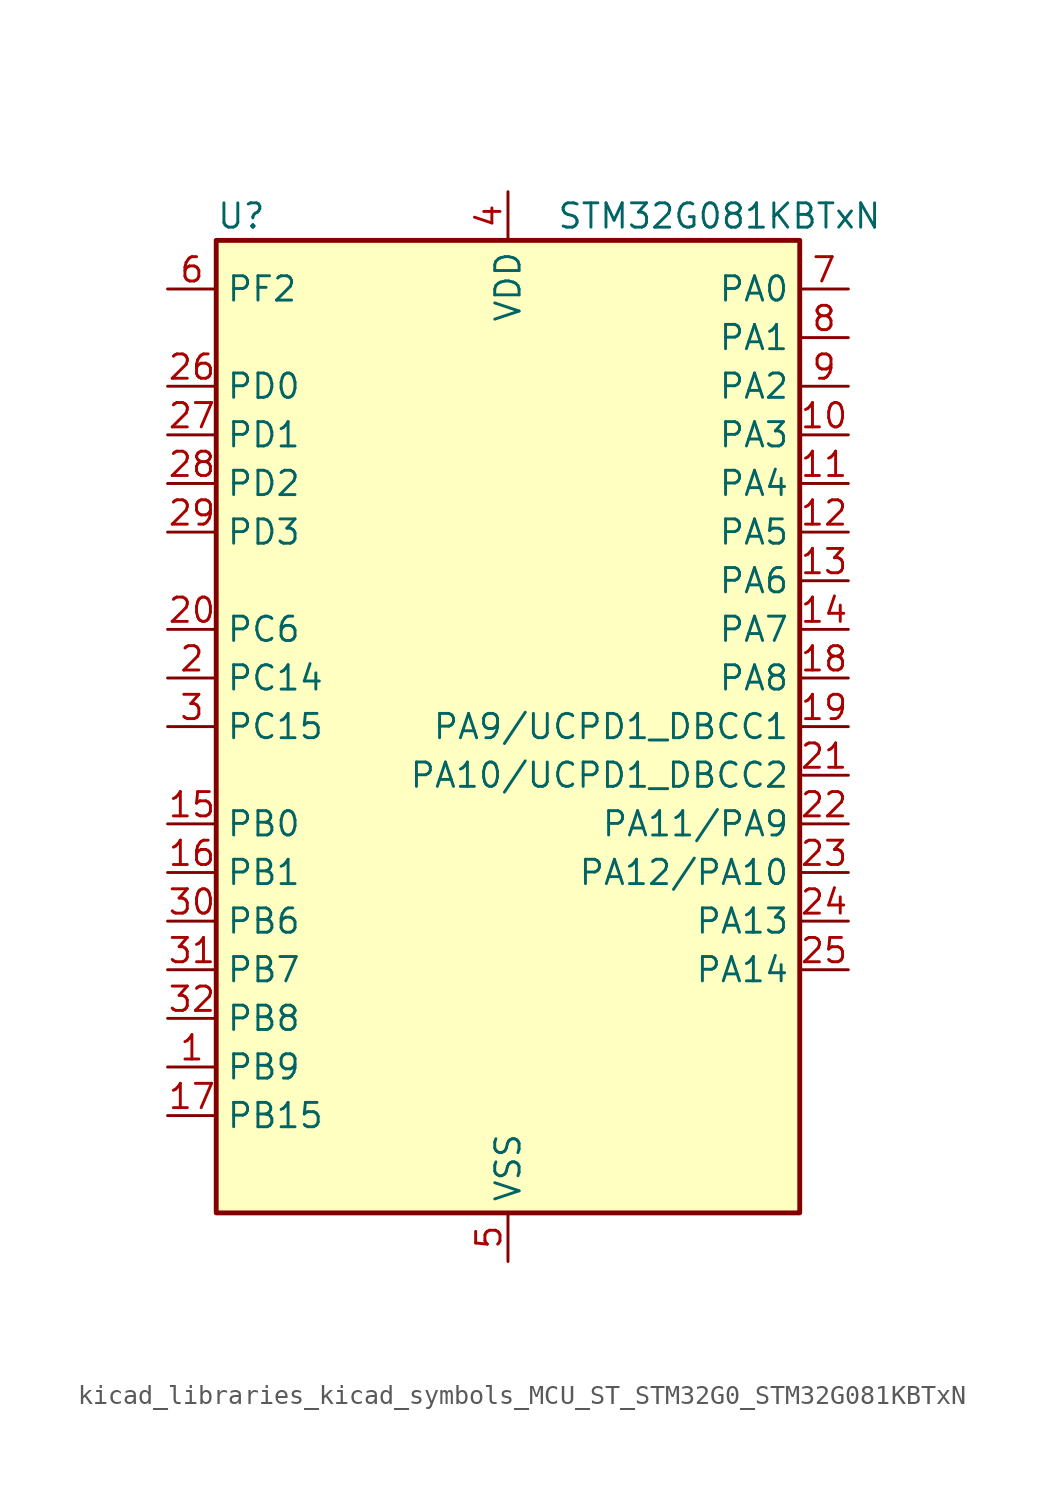
<source format=kicad_sym>
(kicad_symbol_lib
  (version 20220914)
  (generator kicad_symbol_editor)
  (symbol "kicad_libraries_kicad_symbols_MCU_ST_STM32G0_STM32G081KBTxN"
    (property "Reference" "U"
      (at -15.24 26.67 0)
      (effects (font (size 1.27 1.27)) (justify left)))
    (property "Value" "STM32G081KBTxN"
      (at 2.54 26.67 0)
      (effects (font (size 1.27 1.27)) (justify left)))
    (property "ki_locked" ""
      (at 0 0 0)
      (effects (font (size 1.27 1.27))))
    (symbol "kicad_libraries_kicad_symbols_MCU_ST_STM32G0_STM32G081KBTxN_0_1"
      (rectangle (start -15.24 -25.4) (end 15.24 25.4) (stroke (width 0.254) (type default)) (fill (type background))))
    (symbol "kicad_libraries_kicad_symbols_MCU_ST_STM32G0_STM32G081KBTxN_1_1"
      (pin bidirectional line (at -17.78 -17.78 0) (length 2.54) (name "PB9" (effects (font (size 1.27 1.27)))) (number "1" (effects (font (size 1.27 1.27)))) (alternate "DAC1_EXTI9" bidirectional line) (alternate "I2C1_SDA" bidirectional line) (alternate "IR_OUT" bidirectional line) (alternate "SPI2_NSS" bidirectional line) (alternate "TIM17_CH1" bidirectional line) (alternate "UCPD2_FRSTX1" bidirectional line) (alternate "UCPD2_FRSTX2" bidirectional line) (alternate "USART3_RX" bidirectional line))
      (pin bidirectional line (at 17.78 15.24 180) (length 2.54) (name "PA3" (effects (font (size 1.27 1.27)))) (number "10" (effects (font (size 1.27 1.27)))) (alternate "ADC1_IN3" bidirectional line) (alternate "COMP2_INP" bidirectional line) (alternate "LPUART1_RX" bidirectional line) (alternate "SPI2_MISO" bidirectional line) (alternate "TIM15_CH2" bidirectional line) (alternate "TIM2_CH4" bidirectional line) (alternate "UCPD2_FRSTX1" bidirectional line) (alternate "UCPD2_FRSTX2" bidirectional line) (alternate "USART2_RX" bidirectional line))
      (pin bidirectional line (at 17.78 12.7 180) (length 2.54) (name "PA4" (effects (font (size 1.27 1.27)))) (number "11" (effects (font (size 1.27 1.27)))) (alternate "ADC1_IN4" bidirectional line) (alternate "DAC1_OUT1" bidirectional line) (alternate "I2S1_WS" bidirectional line) (alternate "LPTIM2_OUT" bidirectional line) (alternate "RTC_OUT_ALARM" bidirectional line) (alternate "RTC_OUT_CALIB" bidirectional line) (alternate "RTC_TAMP_IN1" bidirectional line) (alternate "RTC_TS" bidirectional line) (alternate "SPI1_NSS" bidirectional line) (alternate "SPI2_MOSI" bidirectional line) (alternate "SYS_WKUP2" bidirectional line) (alternate "TIM14_CH1" bidirectional line) (alternate "UCPD2_FRSTX1" bidirectional line) (alternate "UCPD2_FRSTX2" bidirectional line))
      (pin bidirectional line (at 17.78 10.16 180) (length 2.54) (name "PA5" (effects (font (size 1.27 1.27)))) (number "12" (effects (font (size 1.27 1.27)))) (alternate "ADC1_IN5" bidirectional line) (alternate "CEC" bidirectional line) (alternate "DAC1_OUT2" bidirectional line) (alternate "I2S1_CK" bidirectional line) (alternate "LPTIM2_ETR" bidirectional line) (alternate "SPI1_SCK" bidirectional line) (alternate "TIM2_CH1" bidirectional line) (alternate "TIM2_ETR" bidirectional line) (alternate "UCPD1_FRSTX1" bidirectional line) (alternate "UCPD1_FRSTX2" bidirectional line) (alternate "USART3_TX" bidirectional line))
      (pin bidirectional line (at 17.78 7.62 180) (length 2.54) (name "PA6" (effects (font (size 1.27 1.27)))) (number "13" (effects (font (size 1.27 1.27)))) (alternate "ADC1_IN6" bidirectional line) (alternate "COMP1_OUT" bidirectional line) (alternate "I2S1_MCK" bidirectional line) (alternate "LPUART1_CTS" bidirectional line) (alternate "SPI1_MISO" bidirectional line) (alternate "TIM16_CH1" bidirectional line) (alternate "TIM1_BK" bidirectional line) (alternate "TIM3_CH1" bidirectional line) (alternate "USART3_CTS" bidirectional line) (alternate "USART3_NSS" bidirectional line))
      (pin bidirectional line (at 17.78 5.08 180) (length 2.54) (name "PA7" (effects (font (size 1.27 1.27)))) (number "14" (effects (font (size 1.27 1.27)))) (alternate "ADC1_IN7" bidirectional line) (alternate "COMP2_OUT" bidirectional line) (alternate "I2S1_SD" bidirectional line) (alternate "SPI1_MOSI" bidirectional line) (alternate "TIM14_CH1" bidirectional line) (alternate "TIM17_CH1" bidirectional line) (alternate "TIM1_CH1N" bidirectional line) (alternate "TIM3_CH2" bidirectional line) (alternate "UCPD1_FRSTX1" bidirectional line) (alternate "UCPD1_FRSTX2" bidirectional line))
      (pin bidirectional line (at -17.78 -5.08 0) (length 2.54) (name "PB0" (effects (font (size 1.27 1.27)))) (number "15" (effects (font (size 1.27 1.27)))) (alternate "ADC1_IN8" bidirectional line) (alternate "COMP1_OUT" bidirectional line) (alternate "I2S1_WS" bidirectional line) (alternate "LPTIM1_OUT" bidirectional line) (alternate "SPI1_NSS" bidirectional line) (alternate "TIM1_CH2N" bidirectional line) (alternate "TIM3_CH3" bidirectional line) (alternate "UCPD1_FRSTX1" bidirectional line) (alternate "UCPD1_FRSTX2" bidirectional line) (alternate "USART3_RX" bidirectional line))
      (pin bidirectional line (at -17.78 -7.62 0) (length 2.54) (name "PB1" (effects (font (size 1.27 1.27)))) (number "16" (effects (font (size 1.27 1.27)))) (alternate "ADC1_IN9" bidirectional line) (alternate "COMP1_INM" bidirectional line) (alternate "LPTIM2_IN1" bidirectional line) (alternate "LPUART1_DE" bidirectional line) (alternate "LPUART1_RTS" bidirectional line) (alternate "TIM14_CH1" bidirectional line) (alternate "TIM1_CH3N" bidirectional line) (alternate "TIM3_CH4" bidirectional line) (alternate "USART3_CK" bidirectional line) (alternate "USART3_DE" bidirectional line) (alternate "USART3_RTS" bidirectional line))
      (pin bidirectional line (at -17.78 -20.32 0) (length 2.54) (name "PB15" (effects (font (size 1.27 1.27)))) (number "17" (effects (font (size 1.27 1.27)))) (alternate "RTC_REFIN" bidirectional line) (alternate "SPI2_MOSI" bidirectional line) (alternate "TIM15_CH1N" bidirectional line) (alternate "TIM15_CH2" bidirectional line) (alternate "TIM1_CH3N" bidirectional line) (alternate "UCPD1_CC2" bidirectional line))
      (pin bidirectional line (at 17.78 2.54 180) (length 2.54) (name "PA8" (effects (font (size 1.27 1.27)))) (number "18" (effects (font (size 1.27 1.27)))) (alternate "LPTIM2_OUT" bidirectional line) (alternate "RCC_MCO" bidirectional line) (alternate "SPI2_NSS" bidirectional line) (alternate "TIM1_CH1" bidirectional line) (alternate "UCPD1_CC1" bidirectional line))
      (pin bidirectional line (at 17.78 0 180) (length 2.54) (name "PA9/UCPD1_DBCC1" (effects (font (size 1.27 1.27)))) (number "19" (effects (font (size 1.27 1.27)))) (alternate "DAC1_EXTI9" bidirectional line) (alternate "I2C1_SCL" bidirectional line) (alternate "RCC_MCO" bidirectional line) (alternate "SPI2_MISO" bidirectional line) (alternate "TIM15_BK" bidirectional line) (alternate "TIM1_CH2" bidirectional line) (alternate "UCPD1_DBCC1" bidirectional line) (alternate "USART1_TX" bidirectional line))
      (pin bidirectional line (at -17.78 2.54 0) (length 2.54) (name "PC14" (effects (font (size 1.27 1.27)))) (number "2" (effects (font (size 1.27 1.27)))) (alternate "RCC_OSC32_IN" bidirectional line) (alternate "RCC_OSC_IN" bidirectional line) (alternate "TIM1_BK2" bidirectional line))
      (pin bidirectional line (at -17.78 5.08 0) (length 2.54) (name "PC6" (effects (font (size 1.27 1.27)))) (number "20" (effects (font (size 1.27 1.27)))) (alternate "TIM2_CH3" bidirectional line) (alternate "TIM3_CH1" bidirectional line) (alternate "UCPD1_FRSTX1" bidirectional line) (alternate "UCPD1_FRSTX2" bidirectional line))
      (pin bidirectional line (at 17.78 -2.54 180) (length 2.54) (name "PA10/UCPD1_DBCC2" (effects (font (size 1.27 1.27)))) (number "21" (effects (font (size 1.27 1.27)))) (alternate "I2C1_SDA" bidirectional line) (alternate "SPI2_MOSI" bidirectional line) (alternate "TIM17_BK" bidirectional line) (alternate "TIM1_CH3" bidirectional line) (alternate "UCPD1_DBCC2" bidirectional line) (alternate "USART1_RX" bidirectional line))
      (pin bidirectional line (at 17.78 -5.08 180) (length 2.54) (name "PA11/PA9" (effects (font (size 1.27 1.27)))) (number "22" (effects (font (size 1.27 1.27)))) (alternate "ADC1_EXTI11" bidirectional line) (alternate "COMP1_OUT" bidirectional line) (alternate "I2C2_SCL" bidirectional line) (alternate "I2S1_MCK" bidirectional line) (alternate "SPI1_MISO" bidirectional line) (alternate "TIM1_BK2" bidirectional line) (alternate "TIM1_CH4" bidirectional line) (alternate "USART1_CTS" bidirectional line) (alternate "USART1_NSS" bidirectional line))
      (pin bidirectional line (at 17.78 -7.62 180) (length 2.54) (name "PA12/PA10" (effects (font (size 1.27 1.27)))) (number "23" (effects (font (size 1.27 1.27)))) (alternate "COMP2_OUT" bidirectional line) (alternate "I2C2_SDA" bidirectional line) (alternate "I2S1_SD" bidirectional line) (alternate "I2S_CKIN" bidirectional line) (alternate "SPI1_MOSI" bidirectional line) (alternate "TIM1_ETR" bidirectional line) (alternate "USART1_CK" bidirectional line) (alternate "USART1_DE" bidirectional line) (alternate "USART1_RTS" bidirectional line))
      (pin bidirectional line (at 17.78 -10.16 180) (length 2.54) (name "PA13" (effects (font (size 1.27 1.27)))) (number "24" (effects (font (size 1.27 1.27)))) (alternate "IR_OUT" bidirectional line) (alternate "SYS_SWDIO" bidirectional line))
      (pin bidirectional line (at 17.78 -12.7 180) (length 2.54) (name "PA14" (effects (font (size 1.27 1.27)))) (number "25" (effects (font (size 1.27 1.27)))) (alternate "SYS_SWCLK" bidirectional line) (alternate "USART2_TX" bidirectional line))
      (pin bidirectional line (at -17.78 17.78 0) (length 2.54) (name "PD0" (effects (font (size 1.27 1.27)))) (number "26" (effects (font (size 1.27 1.27)))) (alternate "SPI2_NSS" bidirectional line) (alternate "TIM16_CH1" bidirectional line) (alternate "UCPD2_CC1" bidirectional line))
      (pin bidirectional line (at -17.78 15.24 0) (length 2.54) (name "PD1" (effects (font (size 1.27 1.27)))) (number "27" (effects (font (size 1.27 1.27)))) (alternate "SPI2_SCK" bidirectional line) (alternate "TIM17_CH1" bidirectional line) (alternate "UCPD2_DBCC1" bidirectional line))
      (pin bidirectional line (at -17.78 12.7 0) (length 2.54) (name "PD2" (effects (font (size 1.27 1.27)))) (number "28" (effects (font (size 1.27 1.27)))) (alternate "TIM1_CH1N" bidirectional line) (alternate "TIM3_ETR" bidirectional line) (alternate "UCPD2_CC2" bidirectional line) (alternate "USART3_CK" bidirectional line) (alternate "USART3_DE" bidirectional line) (alternate "USART3_RTS" bidirectional line))
      (pin bidirectional line (at -17.78 10.16 0) (length 2.54) (name "PD3" (effects (font (size 1.27 1.27)))) (number "29" (effects (font (size 1.27 1.27)))) (alternate "SPI2_MISO" bidirectional line) (alternate "TIM1_CH2N" bidirectional line) (alternate "UCPD2_DBCC2" bidirectional line) (alternate "USART2_CTS" bidirectional line) (alternate "USART2_NSS" bidirectional line))
      (pin bidirectional line (at -17.78 0 0) (length 2.54) (name "PC15" (effects (font (size 1.27 1.27)))) (number "3" (effects (font (size 1.27 1.27)))) (alternate "RCC_OSC32_EN" bidirectional line) (alternate "RCC_OSC32_OUT" bidirectional line) (alternate "RCC_OSC_EN" bidirectional line) (alternate "TIM15_BK" bidirectional line))
      (pin bidirectional line (at -17.78 -10.16 0) (length 2.54) (name "PB6" (effects (font (size 1.27 1.27)))) (number "30" (effects (font (size 1.27 1.27)))) (alternate "COMP2_INP" bidirectional line) (alternate "I2C1_SCL" bidirectional line) (alternate "LPTIM1_ETR" bidirectional line) (alternate "SPI2_MISO" bidirectional line) (alternate "TIM16_CH1N" bidirectional line) (alternate "TIM1_CH3" bidirectional line) (alternate "USART1_TX" bidirectional line))
      (pin bidirectional line (at -17.78 -12.7 0) (length 2.54) (name "PB7" (effects (font (size 1.27 1.27)))) (number "31" (effects (font (size 1.27 1.27)))) (alternate "COMP2_INM" bidirectional line) (alternate "I2C1_SDA" bidirectional line) (alternate "LPTIM1_IN2" bidirectional line) (alternate "SPI2_MOSI" bidirectional line) (alternate "SYS_PVD_IN" bidirectional line) (alternate "TIM17_CH1N" bidirectional line) (alternate "USART1_RX" bidirectional line) (alternate "USART4_CTS" bidirectional line) (alternate "USART4_NSS" bidirectional line))
      (pin bidirectional line (at -17.78 -15.24 0) (length 2.54) (name "PB8" (effects (font (size 1.27 1.27)))) (number "32" (effects (font (size 1.27 1.27)))) (alternate "CEC" bidirectional line) (alternate "I2C1_SCL" bidirectional line) (alternate "SPI2_SCK" bidirectional line) (alternate "TIM15_BK" bidirectional line) (alternate "TIM16_CH1" bidirectional line) (alternate "USART3_TX" bidirectional line))
      (pin power_in line (at 0 27.94 270) (length 2.54) (name "VDD" (effects (font (size 1.27 1.27)))) (number "4" (effects (font (size 1.27 1.27)))))
      (pin power_in line (at 0 -27.94 90) (length 2.54) (name "VSS" (effects (font (size 1.27 1.27)))) (number "5" (effects (font (size 1.27 1.27)))))
      (pin bidirectional line (at -17.78 22.86 0) (length 2.54) (name "PF2" (effects (font (size 1.27 1.27)))) (number "6" (effects (font (size 1.27 1.27)))) (alternate "RCC_MCO" bidirectional line))
      (pin bidirectional line (at 17.78 22.86 180) (length 2.54) (name "PA0" (effects (font (size 1.27 1.27)))) (number "7" (effects (font (size 1.27 1.27)))) (alternate "ADC1_IN0" bidirectional line) (alternate "COMP1_INM" bidirectional line) (alternate "COMP1_OUT" bidirectional line) (alternate "LPTIM1_OUT" bidirectional line) (alternate "RTC_TAMP_IN2" bidirectional line) (alternate "SPI2_SCK" bidirectional line) (alternate "SYS_WKUP1" bidirectional line) (alternate "TIM2_CH1" bidirectional line) (alternate "TIM2_ETR" bidirectional line) (alternate "UCPD2_FRSTX1" bidirectional line) (alternate "UCPD2_FRSTX2" bidirectional line) (alternate "USART2_CTS" bidirectional line) (alternate "USART2_NSS" bidirectional line) (alternate "USART4_TX" bidirectional line))
      (pin bidirectional line (at 17.78 20.32 180) (length 2.54) (name "PA1" (effects (font (size 1.27 1.27)))) (number "8" (effects (font (size 1.27 1.27)))) (alternate "ADC1_IN1" bidirectional line) (alternate "COMP1_INP" bidirectional line) (alternate "I2C1_SMBA" bidirectional line) (alternate "I2S1_CK" bidirectional line) (alternate "SPI1_SCK" bidirectional line) (alternate "TIM15_CH1N" bidirectional line) (alternate "TIM2_CH2" bidirectional line) (alternate "USART2_CK" bidirectional line) (alternate "USART2_DE" bidirectional line) (alternate "USART2_RTS" bidirectional line) (alternate "USART4_RX" bidirectional line))
      (pin bidirectional line (at 17.78 17.78 180) (length 2.54) (name "PA2" (effects (font (size 1.27 1.27)))) (number "9" (effects (font (size 1.27 1.27)))) (alternate "ADC1_IN2" bidirectional line) (alternate "COMP2_INM" bidirectional line) (alternate "COMP2_OUT" bidirectional line) (alternate "I2S1_SD" bidirectional line) (alternate "LPUART1_TX" bidirectional line) (alternate "RCC_LSCO" bidirectional line) (alternate "SPI1_MOSI" bidirectional line) (alternate "SYS_WKUP4" bidirectional line) (alternate "TIM15_CH1" bidirectional line) (alternate "TIM2_CH3" bidirectional line) (alternate "UCPD1_FRSTX1" bidirectional line) (alternate "UCPD1_FRSTX2" bidirectional line) (alternate "USART2_TX" bidirectional line)))))
</source>
